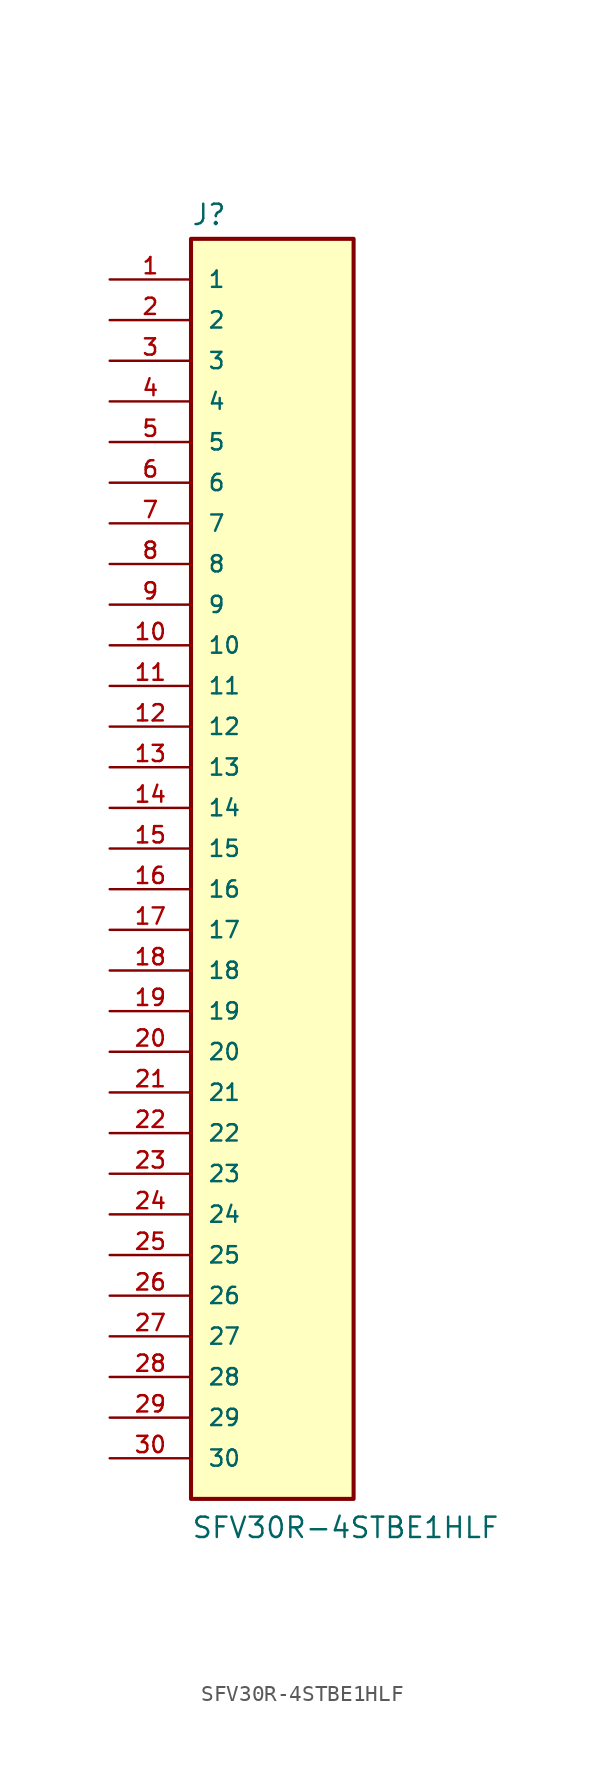
<source format=kicad_sym>
(kicad_symbol_lib
  (version 20211014)
  (generator kicad_symbol_editor)
  (symbol "SFV30R-4STBE1HLF"
    (pin_names
      (offset 1.016))
    (property "Reference" "J"
      (at -5.08 41.402 0)
      (effects (font (size 1.27 1.27)) (justify bottom left)))
    (property "Value" "SFV30R-4STBE1HLF"
      (at -5.08 -40.64 0)
      (effects (font (size 1.27 1.27)) (justify bottom left)))
    (symbol "SFV30R-4STBE1HLF_0_0"
      (rectangle (start -5.08 -38.1) (end 5.08 40.64) (stroke (width 0.254)) (fill (type background)))
      (pin passive line (at -10.16 38.1 0) (length 5.08) (name "1" (effects (font (size 1.016 1.016)))) (number "1" (effects (font (size 1.016 1.016)))))
      (pin passive line (at -10.16 35.56 0) (length 5.08) (name "2" (effects (font (size 1.016 1.016)))) (number "2" (effects (font (size 1.016 1.016)))))
      (pin passive line (at -10.16 33.02 0) (length 5.08) (name "3" (effects (font (size 1.016 1.016)))) (number "3" (effects (font (size 1.016 1.016)))))
      (pin passive line (at -10.16 30.48 0) (length 5.08) (name "4" (effects (font (size 1.016 1.016)))) (number "4" (effects (font (size 1.016 1.016)))))
      (pin passive line (at -10.16 27.94 0) (length 5.08) (name "5" (effects (font (size 1.016 1.016)))) (number "5" (effects (font (size 1.016 1.016)))))
      (pin passive line (at -10.16 25.4 0) (length 5.08) (name "6" (effects (font (size 1.016 1.016)))) (number "6" (effects (font (size 1.016 1.016)))))
      (pin passive line (at -10.16 22.86 0) (length 5.08) (name "7" (effects (font (size 1.016 1.016)))) (number "7" (effects (font (size 1.016 1.016)))))
      (pin passive line (at -10.16 20.32 0) (length 5.08) (name "8" (effects (font (size 1.016 1.016)))) (number "8" (effects (font (size 1.016 1.016)))))
      (pin passive line (at -10.16 17.78 0) (length 5.08) (name "9" (effects (font (size 1.016 1.016)))) (number "9" (effects (font (size 1.016 1.016)))))
      (pin passive line (at -10.16 15.24 0) (length 5.08) (name "10" (effects (font (size 1.016 1.016)))) (number "10" (effects (font (size 1.016 1.016)))))
      (pin passive line (at -10.16 12.7 0) (length 5.08) (name "11" (effects (font (size 1.016 1.016)))) (number "11" (effects (font (size 1.016 1.016)))))
      (pin passive line (at -10.16 10.16 0) (length 5.08) (name "12" (effects (font (size 1.016 1.016)))) (number "12" (effects (font (size 1.016 1.016)))))
      (pin passive line (at -10.16 7.62 0) (length 5.08) (name "13" (effects (font (size 1.016 1.016)))) (number "13" (effects (font (size 1.016 1.016)))))
      (pin passive line (at -10.16 5.08 0) (length 5.08) (name "14" (effects (font (size 1.016 1.016)))) (number "14" (effects (font (size 1.016 1.016)))))
      (pin passive line (at -10.16 2.54 0) (length 5.08) (name "15" (effects (font (size 1.016 1.016)))) (number "15" (effects (font (size 1.016 1.016)))))
      (pin passive line (at -10.16 0.0 0) (length 5.08) (name "16" (effects (font (size 1.016 1.016)))) (number "16" (effects (font (size 1.016 1.016)))))
      (pin passive line (at -10.16 -2.54 0) (length 5.08) (name "17" (effects (font (size 1.016 1.016)))) (number "17" (effects (font (size 1.016 1.016)))))
      (pin passive line (at -10.16 -5.08 0) (length 5.08) (name "18" (effects (font (size 1.016 1.016)))) (number "18" (effects (font (size 1.016 1.016)))))
      (pin passive line (at -10.16 -7.62 0) (length 5.08) (name "19" (effects (font (size 1.016 1.016)))) (number "19" (effects (font (size 1.016 1.016)))))
      (pin passive line (at -10.16 -10.16 0) (length 5.08) (name "20" (effects (font (size 1.016 1.016)))) (number "20" (effects (font (size 1.016 1.016)))))
      (pin passive line (at -10.16 -12.7 0) (length 5.08) (name "21" (effects (font (size 1.016 1.016)))) (number "21" (effects (font (size 1.016 1.016)))))
      (pin passive line (at -10.16 -15.24 0) (length 5.08) (name "22" (effects (font (size 1.016 1.016)))) (number "22" (effects (font (size 1.016 1.016)))))
      (pin passive line (at -10.16 -17.78 0) (length 5.08) (name "23" (effects (font (size 1.016 1.016)))) (number "23" (effects (font (size 1.016 1.016)))))
      (pin passive line (at -10.16 -20.32 0) (length 5.08) (name "24" (effects (font (size 1.016 1.016)))) (number "24" (effects (font (size 1.016 1.016)))))
      (pin passive line (at -10.16 -22.86 0) (length 5.08) (name "25" (effects (font (size 1.016 1.016)))) (number "25" (effects (font (size 1.016 1.016)))))
      (pin passive line (at -10.16 -25.4 0) (length 5.08) (name "26" (effects (font (size 1.016 1.016)))) (number "26" (effects (font (size 1.016 1.016)))))
      (pin passive line (at -10.16 -27.94 0) (length 5.08) (name "27" (effects (font (size 1.016 1.016)))) (number "27" (effects (font (size 1.016 1.016)))))
      (pin passive line (at -10.16 -30.48 0) (length 5.08) (name "28" (effects (font (size 1.016 1.016)))) (number "28" (effects (font (size 1.016 1.016)))))
      (pin passive line (at -10.16 -33.02 0) (length 5.08) (name "29" (effects (font (size 1.016 1.016)))) (number "29" (effects (font (size 1.016 1.016)))))
      (pin passive line (at -10.16 -35.56 0) (length 5.08) (name "30" (effects (font (size 1.016 1.016)))) (number "30" (effects (font (size 1.016 1.016))))))))
</source>
